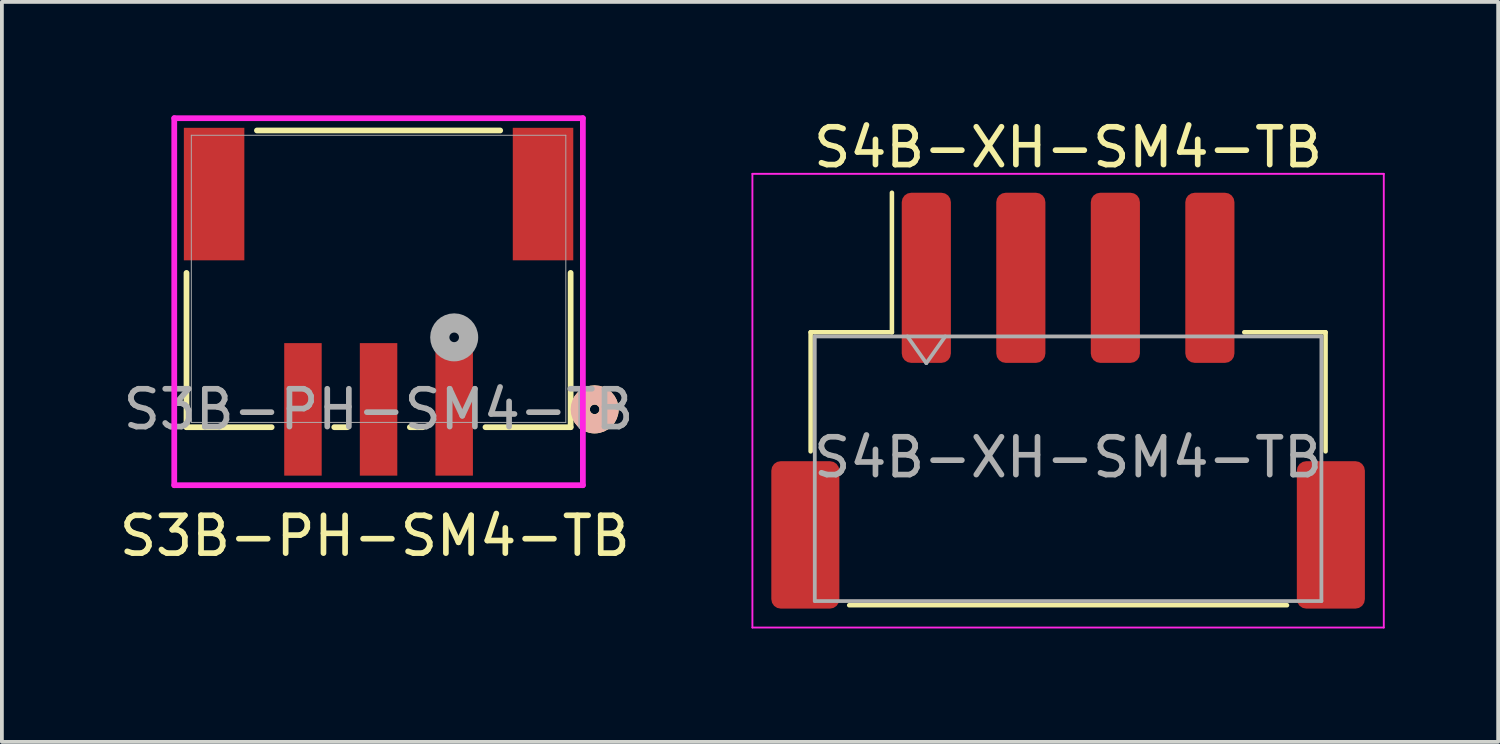
<source format=kicad_pcb>
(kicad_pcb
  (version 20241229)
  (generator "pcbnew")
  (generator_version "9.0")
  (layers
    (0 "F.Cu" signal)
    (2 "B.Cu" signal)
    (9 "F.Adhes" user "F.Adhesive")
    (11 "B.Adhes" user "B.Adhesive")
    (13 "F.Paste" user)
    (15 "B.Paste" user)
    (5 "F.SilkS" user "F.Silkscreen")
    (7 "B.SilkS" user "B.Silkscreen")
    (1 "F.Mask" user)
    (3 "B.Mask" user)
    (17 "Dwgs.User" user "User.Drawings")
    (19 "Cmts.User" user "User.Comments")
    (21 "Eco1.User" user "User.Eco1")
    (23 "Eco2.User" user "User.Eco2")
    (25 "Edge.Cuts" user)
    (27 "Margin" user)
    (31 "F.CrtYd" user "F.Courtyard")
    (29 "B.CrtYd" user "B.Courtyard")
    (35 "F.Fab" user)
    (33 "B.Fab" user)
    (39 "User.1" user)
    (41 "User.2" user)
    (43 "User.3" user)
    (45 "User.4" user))
  (footprint "S3B-PH-SM4-TB"
    (layer "F.Cu")
    (at 6.963 4.325)
    (property "Reference" "S3B-PH-SM4-TB" (at -0.1 6.8 0) (unlocked yes) (layer "F.SilkS") (effects (font (size 1 1) (thickness 0.15))))
    (attr smd)
    (fp_line (start -5.08 -0.157) (end -5.08 3.924) (stroke (width 0.152) (type solid)) (layer "F.SilkS"))
    (fp_line (start -5.08 3.924) (end -2.828 3.924) (stroke (width 0.152) (type solid)) (layer "F.SilkS"))
    (fp_line (start -1.172 3.924) (end -0.828 3.924) (stroke (width 0.152) (type solid)) (layer "F.SilkS"))
    (fp_line (start 0.828 3.924) (end 1.172 3.924) (stroke (width 0.152) (type solid)) (layer "F.SilkS"))
    (fp_line (start 2.828 3.924) (end 5.08 3.924) (stroke (width 0.152) (type solid)) (layer "F.SilkS"))
    (fp_line (start 3.217 -3.924) (end -3.217 -3.924) (stroke (width 0.152) (type solid)) (layer "F.SilkS"))
    (fp_line (start 5.08 3.924) (end 5.08 -0.157) (stroke (width 0.152) (type solid)) (layer "F.SilkS"))
    (fp_circle (center 5.715 3.453) (end 6.096 3.453) (stroke (width 0.508) (type solid)) (fill no) (layer "F.SilkS"))
    (fp_circle (center 5.715 3.453) (end 6.096 3.453) (stroke (width 0.508) (type solid)) (fill no) (layer "B.SilkS"))
    (fp_line (start -5.404 -4.249) (end -5.404 5.459) (stroke (width 0.152) (type solid)) (layer "F.CrtYd"))
    (fp_line (start -5.404 5.459) (end 5.404 5.459) (stroke (width 0.152) (type solid)) (layer "F.CrtYd"))
    (fp_line (start 5.404 -4.249) (end -5.404 -4.249) (stroke (width 0.152) (type solid)) (layer "F.CrtYd"))
    (fp_line (start 5.404 5.459) (end 5.404 -4.249) (stroke (width 0.152) (type solid)) (layer "F.CrtYd"))
    (fp_line (start -4.953 -3.797) (end -4.953 3.797) (stroke (width 0.025) (type solid)) (layer "F.Fab"))
    (fp_line (start -4.953 3.797) (end 4.953 3.797) (stroke (width 0.025) (type solid)) (layer "F.Fab"))
    (fp_line (start 4.953 -3.797) (end -4.953 -3.797) (stroke (width 0.025) (type solid)) (layer "F.Fab"))
    (fp_line (start 4.953 3.797) (end 4.953 -3.797) (stroke (width 0.025) (type solid)) (layer "F.Fab"))
    (fp_circle (center 2 1.548) (end 2.381 1.548) (stroke (width 0.508) (type solid)) (fill no) (layer "F.Fab"))
    (fp_text user "${REFERENCE}" (at 0 3.453 0) (unlocked yes) (layer "F.Fab") (effects (font (size 1 1) (thickness 0.15))))
    (pad "1" smd rect (at 2 3.453) (size 0.991 3.505) (layers "F.Cu" "F.Mask" "F.Paste"))
    (pad "2" smd rect (at 0 3.453) (size 0.991 3.505) (layers "F.Cu" "F.Mask" "F.Paste"))
    (pad "3" smd rect (at -2 3.453) (size 0.991 3.505) (layers "F.Cu" "F.Mask" "F.Paste"))
    (pad "4" smd rect (at -4.35 -2.242) (size 1.6 3.505) (layers "F.Cu" "F.Mask" "F.Paste"))
    (pad "4" smd rect (at 4.35 -2.242) (size 1.6 3.505) (layers "F.Cu" "F.Mask" "F.Paste")))
  (footprint "S4B-XH-SM4-TB"
    (layer "F.Cu")
    (at 25.201 7.548)
    (property "Reference" "S4B-XH-SM4-TB" (at 0 -6.7 0) (layer "F.SilkS") (effects (font (size 1 1) (thickness 0.15))))
    (attr smd)
    (fp_line (start -6.81 -1.81) (end -4.66 -1.81) (stroke (width 0.12) (type solid)) (layer "F.SilkS"))
    (fp_line (start -6.81 1.34) (end -6.81 -1.81) (stroke (width 0.12) (type solid)) (layer "F.SilkS"))
    (fp_line (start -5.79 5.41) (end 5.79 5.41) (stroke (width 0.12) (type solid)) (layer "F.SilkS"))
    (fp_line (start -4.66 -1.81) (end -4.66 -5.5) (stroke (width 0.12) (type solid)) (layer "F.SilkS"))
    (fp_line (start 6.81 -1.81) (end 4.66 -1.81) (stroke (width 0.12) (type solid)) (layer "F.SilkS"))
    (fp_line (start 6.81 1.34) (end 6.81 -1.81) (stroke (width 0.12) (type solid)) (layer "F.SilkS"))
    (fp_line (start -8.35 -6) (end -8.35 6) (stroke (width 0.05) (type solid)) (layer "F.CrtYd"))
    (fp_line (start -8.35 6) (end 8.35 6) (stroke (width 0.05) (type solid)) (layer "F.CrtYd"))
    (fp_line (start 8.35 -6) (end -8.35 -6) (stroke (width 0.05) (type solid)) (layer "F.CrtYd"))
    (fp_line (start 8.35 6) (end 8.35 -6) (stroke (width 0.05) (type solid)) (layer "F.CrtYd"))
    (fp_line (start -6.7 -1.7) (end -6.7 5.3) (stroke (width 0.1) (type solid)) (layer "F.Fab"))
    (fp_line (start -6.7 -1.7) (end 6.7 -1.7) (stroke (width 0.1) (type solid)) (layer "F.Fab"))
    (fp_line (start -6.7 5.3) (end 6.7 5.3) (stroke (width 0.1) (type solid)) (layer "F.Fab"))
    (fp_line (start -4.25 -1.7) (end -3.75 -0.993) (stroke (width 0.1) (type solid)) (layer "F.Fab"))
    (fp_line (start -3.75 -0.993) (end -3.25 -1.7) (stroke (width 0.1) (type solid)) (layer "F.Fab"))
    (fp_line (start 6.7 -1.7) (end 6.7 5.3) (stroke (width 0.1) (type solid)) (layer "F.Fab"))
    (fp_text user "${REFERENCE}" (at 0 1.5 0) (layer "F.Fab") (effects (font (size 1 1) (thickness 0.15))))
    (pad "1" smd roundrect (at -3.75 -3.25) (size 1.3 4.5) (layers "F.Cu" "F.Mask" "F.Paste") (roundrect_rratio 0.192))
    (pad "2" smd roundrect (at -1.25 -3.25) (size 1.3 4.5) (layers "F.Cu" "F.Mask" "F.Paste") (roundrect_rratio 0.192))
    (pad "3" smd roundrect (at 1.25 -3.25) (size 1.3 4.5) (layers "F.Cu" "F.Mask" "F.Paste") (roundrect_rratio 0.192))
    (pad "4" smd roundrect (at 3.75 -3.25) (size 1.3 4.5) (layers "F.Cu" "F.Mask" "F.Paste") (roundrect_rratio 0.192))
    (pad "MP" smd roundrect (at -6.95 3.55) (size 1.8 3.9) (layers "F.Cu" "F.Mask" "F.Paste") (roundrect_rratio 0.139))
    (pad "MP" smd roundrect (at 6.95 3.55) (size 1.8 3.9) (layers "F.Cu" "F.Mask" "F.Paste") (roundrect_rratio 0.139)))
  (gr_rect
    (start -3 -3)
    (end 36.576 16.573)
    (stroke (width 0.1) (type default))
    (fill no)
    (layer "Edge.Cuts")))
</source>
